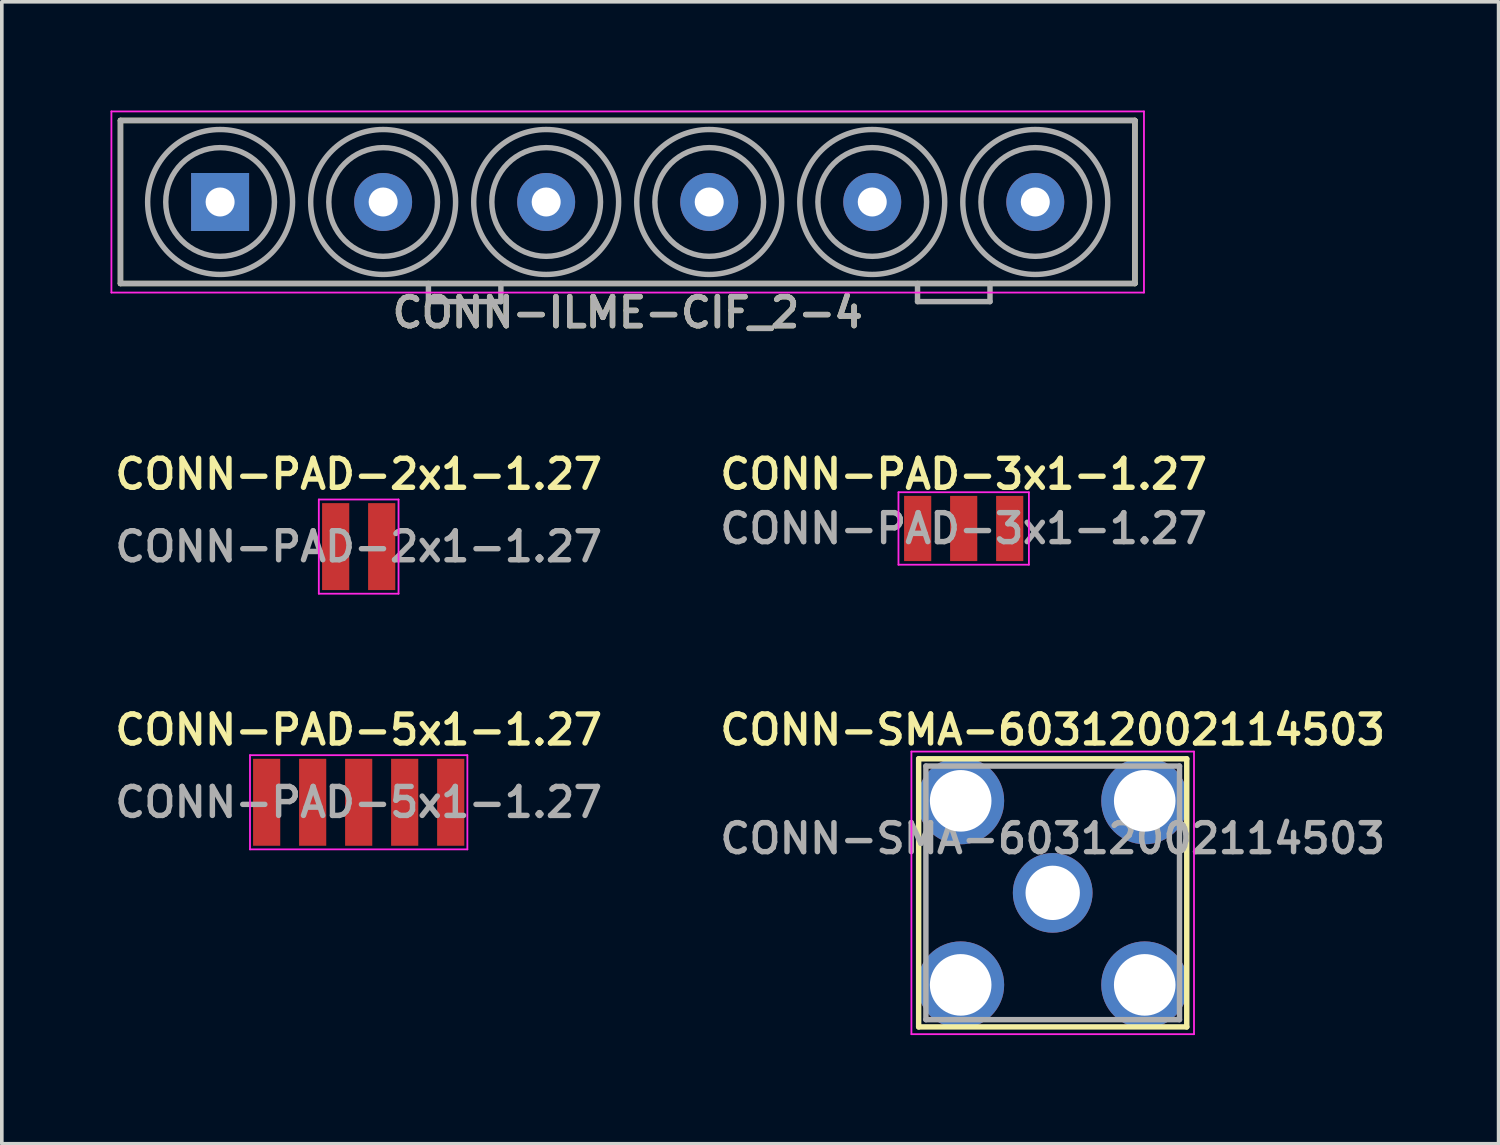
<source format=kicad_pcb>
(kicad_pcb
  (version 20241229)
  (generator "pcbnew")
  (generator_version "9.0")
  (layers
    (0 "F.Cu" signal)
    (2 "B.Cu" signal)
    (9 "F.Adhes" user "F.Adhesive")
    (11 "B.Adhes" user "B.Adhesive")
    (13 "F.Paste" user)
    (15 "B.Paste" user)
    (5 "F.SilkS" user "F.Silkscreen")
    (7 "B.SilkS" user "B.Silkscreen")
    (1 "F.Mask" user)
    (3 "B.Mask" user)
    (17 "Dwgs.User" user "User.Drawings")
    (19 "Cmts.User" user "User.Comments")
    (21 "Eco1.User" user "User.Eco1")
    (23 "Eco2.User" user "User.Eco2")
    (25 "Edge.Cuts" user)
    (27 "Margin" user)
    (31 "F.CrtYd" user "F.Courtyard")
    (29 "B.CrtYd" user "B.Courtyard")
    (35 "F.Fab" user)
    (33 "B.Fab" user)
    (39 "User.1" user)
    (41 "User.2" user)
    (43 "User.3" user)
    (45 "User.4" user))
  (footprint "CONN-ILME-CIF_2-4"
    (layer "F.Cu")
    (at 14.275 2.525)
    (property "Reference" "CONN-ILME-CIF_2-4" (at 0 3.05 0) (layer "F.SilkS") (effects (font (size 0.8 0.8) (thickness 0.15))))
    (attr through_hole)
    (fp_line (start -14 -2.25) (end 14 -2.25) (stroke (width 0.15) (type solid)) (layer "F.SilkS"))
    (fp_line (start -14 2.25) (end -14 -2.25) (stroke (width 0.15) (type solid)) (layer "F.SilkS"))
    (fp_line (start 14 -2.25) (end 14 2.25) (stroke (width 0.15) (type solid)) (layer "F.SilkS"))
    (fp_line (start 14 2.25) (end -14 2.25) (stroke (width 0.15) (type solid)) (layer "F.SilkS"))
    (fp_line (start -14.25 -2.5) (end 14.25 -2.5) (stroke (width 0.05) (type solid)) (layer "F.CrtYd"))
    (fp_line (start -14.25 2.5) (end -14.25 -2.5) (stroke (width 0.05) (type solid)) (layer "F.CrtYd"))
    (fp_line (start 14.25 -2.5) (end 14.25 2.5) (stroke (width 0.05) (type solid)) (layer "F.CrtYd"))
    (fp_line (start 14.25 2.5) (end -14.25 2.5) (stroke (width 0.05) (type solid)) (layer "F.CrtYd"))
    (fp_line (start -14 -2.25) (end 14 -2.25) (stroke (width 0.15) (type solid)) (layer "F.Fab"))
    (fp_line (start -14 2.25) (end -14 -2.25) (stroke (width 0.15) (type solid)) (layer "F.Fab"))
    (fp_line (start -5.5 2.25) (end -5.5 2.75) (stroke (width 0.15) (type solid)) (layer "F.Fab"))
    (fp_line (start -5.5 2.75) (end -3.5 2.75) (stroke (width 0.15) (type solid)) (layer "F.Fab"))
    (fp_line (start -3.5 2.75) (end -3.5 2.25) (stroke (width 0.15) (type solid)) (layer "F.Fab"))
    (fp_line (start 8 2.25) (end 8 2.75) (stroke (width 0.15) (type solid)) (layer "F.Fab"))
    (fp_line (start 8 2.75) (end 10 2.75) (stroke (width 0.15) (type solid)) (layer "F.Fab"))
    (fp_line (start 10 2.75) (end 10 2.25) (stroke (width 0.15) (type solid)) (layer "F.Fab"))
    (fp_line (start 14 -2.25) (end 14 2.25) (stroke (width 0.15) (type solid)) (layer "F.Fab"))
    (fp_line (start 14 2.25) (end -14 2.25) (stroke (width 0.15) (type solid)) (layer "F.Fab"))
    (fp_circle (center -11.25 0) (end -12.75 0) (stroke (width 0.15) (type solid)) (fill no) (layer "F.Fab"))
    (fp_circle (center -11.25 0) (end -9.25 0) (stroke (width 0.15) (type solid)) (fill no) (layer "F.Fab"))
    (fp_circle (center -6.75 0) (end -8.25 0) (stroke (width 0.15) (type solid)) (fill no) (layer "F.Fab"))
    (fp_circle (center -6.75 0) (end -4.75 0) (stroke (width 0.15) (type solid)) (fill no) (layer "F.Fab"))
    (fp_circle (center -2.25 0) (end -4.25 0) (stroke (width 0.15) (type solid)) (fill no) (layer "F.Fab"))
    (fp_circle (center -2.25 0) (end -3.75 0) (stroke (width 0.15) (type solid)) (fill no) (layer "F.Fab"))
    (fp_circle (center 2.25 0) (end 0.25 0) (stroke (width 0.15) (type solid)) (fill no) (layer "F.Fab"))
    (fp_circle (center 2.25 0) (end 0.75 0) (stroke (width 0.15) (type solid)) (fill no) (layer "F.Fab"))
    (fp_circle (center 6.75 0) (end 4.75 0) (stroke (width 0.15) (type solid)) (fill no) (layer "F.Fab"))
    (fp_circle (center 6.75 0) (end 5.25 0) (stroke (width 0.15) (type solid)) (fill no) (layer "F.Fab"))
    (fp_circle (center 11.25 0) (end 9.25 0) (stroke (width 0.15) (type solid)) (fill no) (layer "F.Fab"))
    (fp_circle (center 11.25 0) (end 9.75 0) (stroke (width 0.15) (type solid)) (fill no) (layer "F.Fab"))
    (fp_text user "${REFERENCE}" (at 0 3.05 0) (layer "F.Fab") (effects (font (size 0.8 0.8) (thickness 0.15))))
    (pad "1" thru_hole rect (at -11.25 0) (size 1.6 1.6) (drill 0.8) (layers "*.Cu" "*.Mask"))
    (pad "2" thru_hole circle (at -6.75 0) (size 1.6 1.6) (drill 0.8) (layers "*.Cu" "*.Mask"))
    (pad "3" thru_hole circle (at -2.25 0) (size 1.6 1.6) (drill 0.8) (layers "*.Cu" "*.Mask"))
    (pad "4" thru_hole circle (at 2.25 0) (size 1.6 1.6) (drill 0.8) (layers "*.Cu" "*.Mask"))
    (pad "5" thru_hole circle (at 6.75 0) (size 1.6 1.6) (drill 0.8) (layers "*.Cu" "*.Mask"))
    (pad "6" thru_hole circle (at 11.25 0) (size 1.6 1.6) (drill 0.8) (layers "*.Cu" "*.Mask")))
  (footprint "CONN-PAD-2x1-1.27"
    (layer "F.Cu")
    (at 6.85 12.037)
    (property "Reference" "CONN-PAD-2x1-1.27" (at 0 -2 0) (layer "F.SilkS") (effects (font (size 0.8 0.8) (thickness 0.15))))
    (attr through_hole)
    (fp_line (start -1.1 -1.3) (end 1.1 -1.3) (stroke (width 0.05) (type solid)) (layer "F.CrtYd"))
    (fp_line (start -1.1 1.3) (end -1.1 -1.3) (stroke (width 0.05) (type solid)) (layer "F.CrtYd"))
    (fp_line (start 1.1 -1.3) (end 1.1 1.3) (stroke (width 0.05) (type solid)) (layer "F.CrtYd"))
    (fp_line (start 1.1 1.3) (end -1.1 1.3) (stroke (width 0.05) (type solid)) (layer "F.CrtYd"))
    (fp_text user "${REFERENCE}" (at 0 0 0) (layer "F.Fab") (effects (font (size 0.8 0.8) (thickness 0.15))))
    (pad "1" smd rect (at -0.635 0) (size 0.75 2.4) (layers "F.Cu" "F.Mask" "F.Paste"))
    (pad "2" smd rect (at 0.635 0) (size 0.75 2.4) (layers "F.Cu" "F.Mask" "F.Paste")))
  (footprint "CONN-PAD-5x1-1.27"
    (layer "F.Cu")
    (at 6.85 19.094)
    (property "Reference" "CONN-PAD-5x1-1.27" (at 0 -2 0) (layer "F.SilkS") (effects (font (size 0.8 0.8) (thickness 0.15))))
    (attr through_hole)
    (fp_line (start -3 -1.3) (end 3 -1.3) (stroke (width 0.05) (type solid)) (layer "F.CrtYd"))
    (fp_line (start -3 1.3) (end -3 -1.3) (stroke (width 0.05) (type solid)) (layer "F.CrtYd"))
    (fp_line (start 3 -1.3) (end 3 1.3) (stroke (width 0.05) (type solid)) (layer "F.CrtYd"))
    (fp_line (start 3 1.3) (end -3 1.3) (stroke (width 0.05) (type solid)) (layer "F.CrtYd"))
    (fp_text user "${REFERENCE}" (at 0 0 0) (layer "F.Fab") (effects (font (size 0.8 0.8) (thickness 0.15))))
    (pad "1" smd rect (at -2.54 0) (size 0.75 2.4) (layers "F.Cu" "F.Mask" "F.Paste"))
    (pad "2" smd rect (at -1.27 0) (size 0.75 2.4) (layers "F.Cu" "F.Mask" "F.Paste"))
    (pad "3" smd rect (at 0 0) (size 0.75 2.4) (layers "F.Cu" "F.Mask" "F.Paste"))
    (pad "4" smd rect (at 1.27 0) (size 0.75 2.4) (layers "F.Cu" "F.Mask" "F.Paste"))
    (pad "5" smd rect (at 2.54 0) (size 0.75 2.4) (layers "F.Cu" "F.Mask" "F.Paste")))
  (footprint "CONN-SMA-60312002114503"
    (layer "F.Cu")
    (at 26.006 21.594)
    (property "Reference" "CONN-SMA-60312002114503" (at 0 -4.5 0) (layer "F.SilkS") (effects (font (size 0.8 0.8) (thickness 0.15))))
    (attr through_hole)
    (fp_line (start -3.7 -3.7) (end -3.7 3.7) (stroke (width 0.15) (type solid)) (layer "F.SilkS"))
    (fp_line (start -3.7 3.7) (end 3.7 3.7) (stroke (width 0.15) (type solid)) (layer "F.SilkS"))
    (fp_line (start 3.7 -3.7) (end -3.7 -3.7) (stroke (width 0.15) (type solid)) (layer "F.SilkS"))
    (fp_line (start 3.7 3.7) (end 3.7 -3.7) (stroke (width 0.15) (type solid)) (layer "F.SilkS"))
    (fp_line (start -3.9 -3.9) (end -3.9 3.9) (stroke (width 0.05) (type solid)) (layer "F.CrtYd"))
    (fp_line (start -3.9 -3.9) (end 3.9 -3.9) (stroke (width 0.05) (type solid)) (layer "F.CrtYd"))
    (fp_line (start -3.9 3.9) (end 3.9 3.9) (stroke (width 0.05) (type solid)) (layer "F.CrtYd"))
    (fp_line (start 3.9 -3.9) (end 3.9 3.9) (stroke (width 0.05) (type solid)) (layer "F.CrtYd"))
    (fp_line (start -3.5 -3.5) (end -3.5 3.5) (stroke (width 0.15) (type solid)) (layer "F.Fab"))
    (fp_line (start -3.5 3.5) (end 3.5 3.5) (stroke (width 0.15) (type solid)) (layer "F.Fab"))
    (fp_line (start -3.04 -3.04) (end -2.04 -3.04) (stroke (width 0.15) (type solid)) (layer "F.Fab"))
    (fp_line (start -3.04 -2.04) (end -3.04 -3.04) (stroke (width 0.15) (type solid)) (layer "F.Fab"))
    (fp_line (start -3.04 2.04) (end -2.04 2.04) (stroke (width 0.15) (type solid)) (layer "F.Fab"))
    (fp_line (start -3.04 3.04) (end -3.04 2.04) (stroke (width 0.15) (type solid)) (layer "F.Fab"))
    (fp_line (start -2.04 -3.04) (end -2.04 -2.04) (stroke (width 0.15) (type solid)) (layer "F.Fab"))
    (fp_line (start -2.04 -2.04) (end -3.04 -2.04) (stroke (width 0.15) (type solid)) (layer "F.Fab"))
    (fp_line (start -2.04 2.04) (end -2.04 3.04) (stroke (width 0.15) (type solid)) (layer "F.Fab"))
    (fp_line (start -2.04 3.04) (end -3.04 3.04) (stroke (width 0.15) (type solid)) (layer "F.Fab"))
    (fp_line (start 2.04 -3.04) (end 3.04 -3.04) (stroke (width 0.15) (type solid)) (layer "F.Fab"))
    (fp_line (start 2.04 -2.04) (end 2.04 -3.04) (stroke (width 0.15) (type solid)) (layer "F.Fab"))
    (fp_line (start 2.04 2.04) (end 3.04 2.04) (stroke (width 0.15) (type solid)) (layer "F.Fab"))
    (fp_line (start 2.04 3.04) (end 2.04 2.04) (stroke (width 0.15) (type solid)) (layer "F.Fab"))
    (fp_line (start 3.04 -3.04) (end 3.04 -2.04) (stroke (width 0.15) (type solid)) (layer "F.Fab"))
    (fp_line (start 3.04 -2.04) (end 2.04 -2.04) (stroke (width 0.15) (type solid)) (layer "F.Fab"))
    (fp_line (start 3.04 2.04) (end 3.04 3.04) (stroke (width 0.15) (type solid)) (layer "F.Fab"))
    (fp_line (start 3.04 3.04) (end 2.04 3.04) (stroke (width 0.15) (type solid)) (layer "F.Fab"))
    (fp_line (start 3.5 -3.5) (end -3.5 -3.5) (stroke (width 0.15) (type solid)) (layer "F.Fab"))
    (fp_line (start 3.5 3.5) (end 3.5 -3.5) (stroke (width 0.15) (type solid)) (layer "F.Fab"))
    (fp_circle (center 0 0) (end 0.6 0) (stroke (width 0.15) (type solid)) (fill no) (layer "F.Fab"))
    (fp_text user "${REFERENCE}" (at 0 -1.5 0) (layer "F.Fab") (effects (font (size 0.8 0.8) (thickness 0.15))))
    (pad "1" thru_hole circle (at 0 0) (size 2.2 2.2) (drill 1.5) (layers "*.Cu" "*.Mask"))
    (pad "2" thru_hole circle (at -2.54 -2.54) (size 2.4 2.4) (drill 1.7) (layers "*.Cu" "*.Mask"))
    (pad "2" thru_hole circle (at -2.54 2.54) (size 2.4 2.4) (drill 1.7) (layers "*.Cu" "*.Mask"))
    (pad "2" thru_hole circle (at 2.54 -2.54) (size 2.4 2.4) (drill 1.7) (layers "*.Cu" "*.Mask"))
    (pad "2" thru_hole circle (at 2.54 2.54) (size 2.4 2.4) (drill 1.7) (layers "*.Cu" "*.Mask")))
  (footprint "CONN-PAD-3x1-1.27"
    (layer "F.Cu")
    (at 23.549 11.537)
    (property "Reference" "CONN-PAD-3x1-1.27" (at 0 -1.5 0) (layer "F.SilkS") (effects (font (size 0.8 0.8) (thickness 0.15))))
    (attr through_hole)
    (fp_line (start -1.8 -1) (end 1.8 -1) (stroke (width 0.05) (type solid)) (layer "F.CrtYd"))
    (fp_line (start -1.8 1) (end -1.8 -1) (stroke (width 0.05) (type solid)) (layer "F.CrtYd"))
    (fp_line (start 1.8 -1) (end 1.8 1) (stroke (width 0.05) (type solid)) (layer "F.CrtYd"))
    (fp_line (start 1.8 1) (end -1.8 1) (stroke (width 0.05) (type solid)) (layer "F.CrtYd"))
    (fp_text user "${REFERENCE}" (at 0 0 0) (layer "F.Fab") (effects (font (size 0.8 0.8) (thickness 0.15))))
    (pad "1" smd rect (at -1.27 0) (size 0.75 1.8) (layers "F.Cu" "F.Mask" "F.Paste"))
    (pad "2" smd rect (at 0 0) (size 0.75 1.8) (layers "F.Cu" "F.Mask" "F.Paste"))
    (pad "3" smd rect (at 1.27 0) (size 0.75 1.8) (layers "F.Cu" "F.Mask" "F.Paste")))
  (gr_rect
    (start -3 -3)
    (end 38.313 28.519)
    (stroke (width 0.1) (type default))
    (fill no)
    (layer "Edge.Cuts")))
</source>
